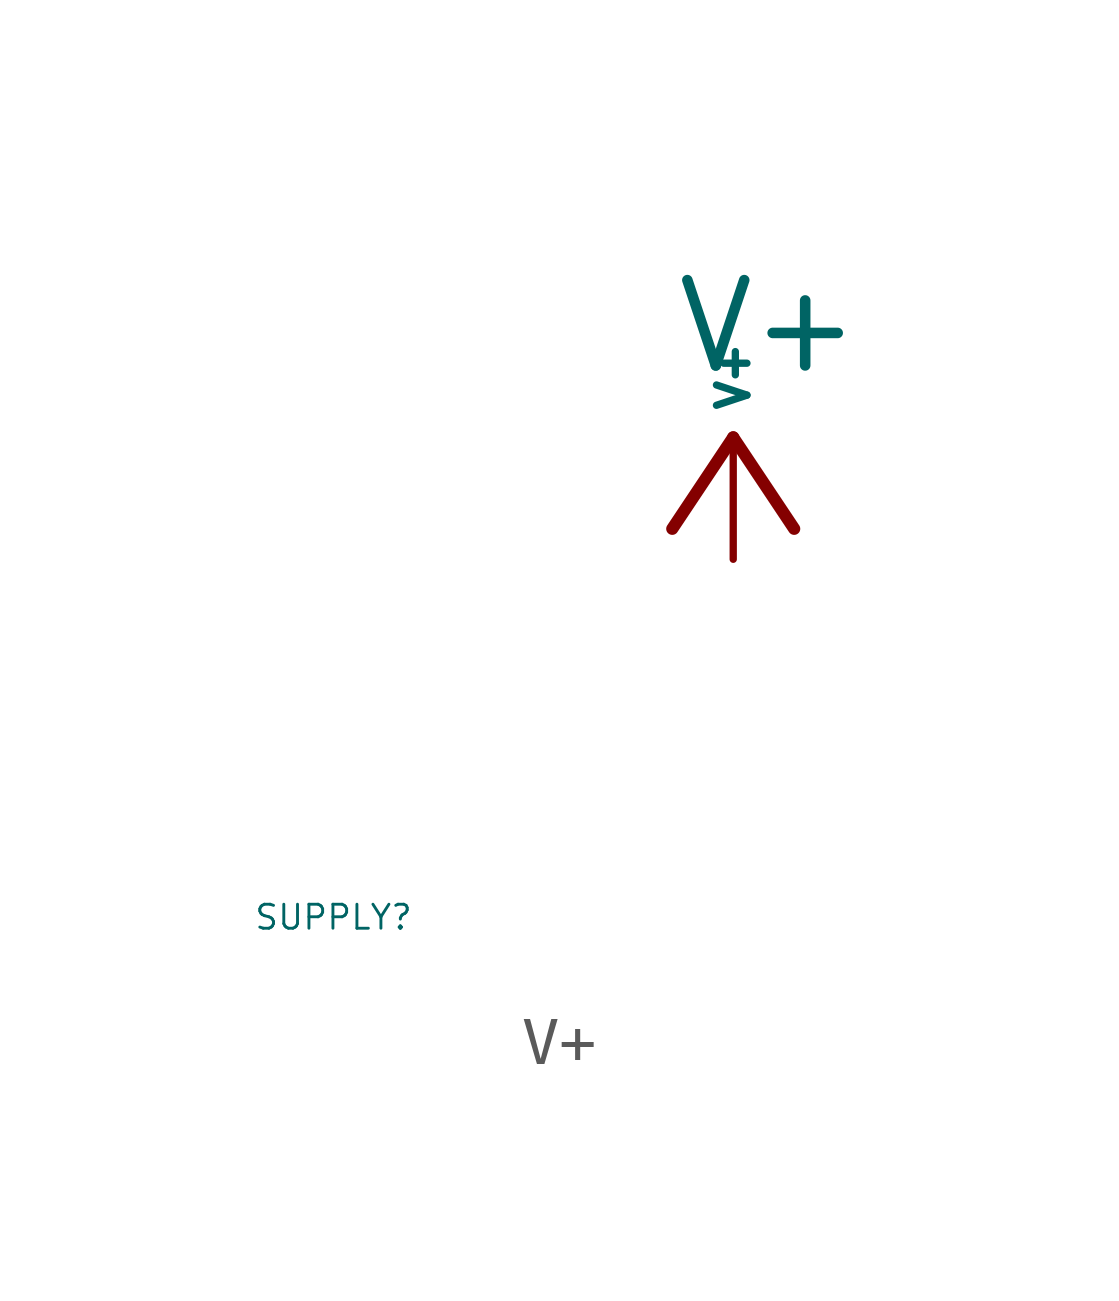
<source format=kicad_sym>
(kicad_symbol_lib
  (version 20220914)
  (generator Eagle2Kicad)
  (symbol "V+"
    (property "Reference" "SUPPLY"
      (at -10 -10 0)
      (effects (font (size 0.5 0.5) (thickness 0.06)) (justify left)))
    (property "Value" "V+"
      (at -1.27 1.27 0)
      (effects (font (size 1.778 1.778) (thickness 0.22)) (justify left bottom)))
    (polyline
      (pts (xy 1.27 -1.905) (xy 0 0))
      (stroke (width 0.254) (type default))
      (fill (type none)))
    (polyline
      (pts (xy 0 0) (xy -1.27 -1.905))
      (stroke (width 0.254) (type default))
      (fill (type none)))
    (pin unspecified line
      (at 0 -2.54 90)
      (length 2.54)
      (name "V+" (effects (font (size 0.635 0.635) (thickness 0.08)) (justify left bottom)))
      (number "" (effects (font (size 0.635 0.635) (thickness 0.08)) (justify left bottom))))))
</source>
